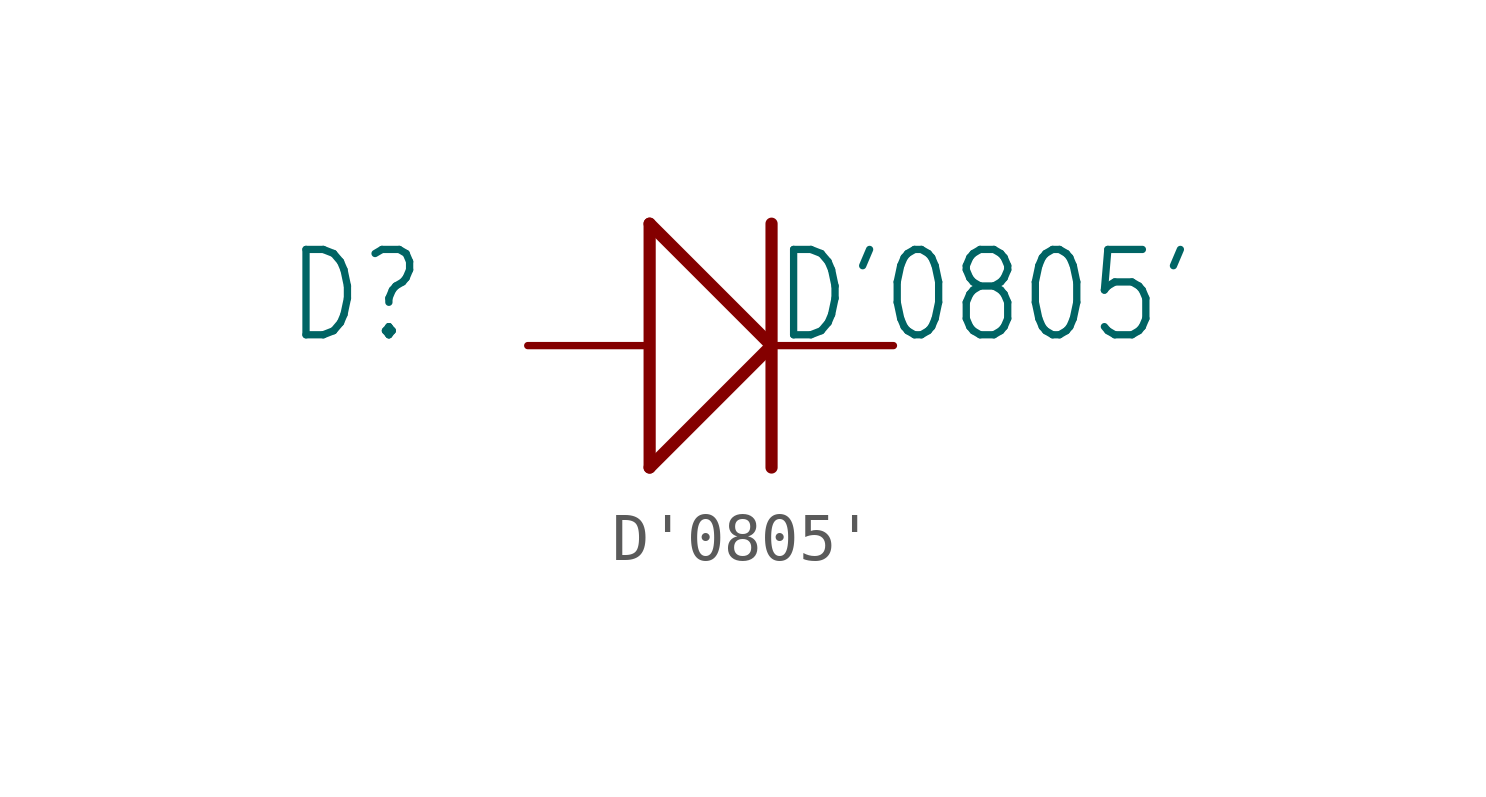
<source format=kicad_sym>
(kicad_symbol_lib
  (version 20211014)
  (generator kicad_symbol_editor)
  (symbol "D'0805'"
    (property "Reference" "D"
      (at -8.89 0 0)
      (effects (font (size 1.778 1.511)) (justify left bottom)))
    (property "Value" "D'0805'"
      (at 1.27 0 0)
      (effects (font (size 1.778 1.511)) (justify left bottom)))
    (property "ki_locked" ""
      (at 0 0 0)
      (effects (font (size 1.27 1.27))))
    (symbol "D'0805'_1_0"
      (polyline (pts (xy -1.27 -2.54) (xy -1.27 2.54)) (stroke (width 0.254) (type default) (color 0 0 0 0)) (fill (type none)))
      (polyline (pts (xy -1.27 -2.54) (xy 1.27 0)) (stroke (width 0.254) (type default) (color 0 0 0 0)) (fill (type none)))
      (polyline (pts (xy -1.27 2.54) (xy 1.27 0)) (stroke (width 0.254) (type default) (color 0 0 0 0)) (fill (type none)))
      (polyline (pts (xy 1.27 2.54) (xy 1.27 -2.54)) (stroke (width 0.254) (type default) (color 0 0 0 0)) (fill (type none)))
      (pin passive line (at -3.81 0 0) (length 2.54) (name "+" (effects (font (size 0 0)))) (number "+" (effects (font (size 0 0)))))
      (pin passive line (at 3.81 0 180) (length 2.54) (name "-" (effects (font (size 0 0)))) (number "-" (effects (font (size 0 0))))))))
</source>
